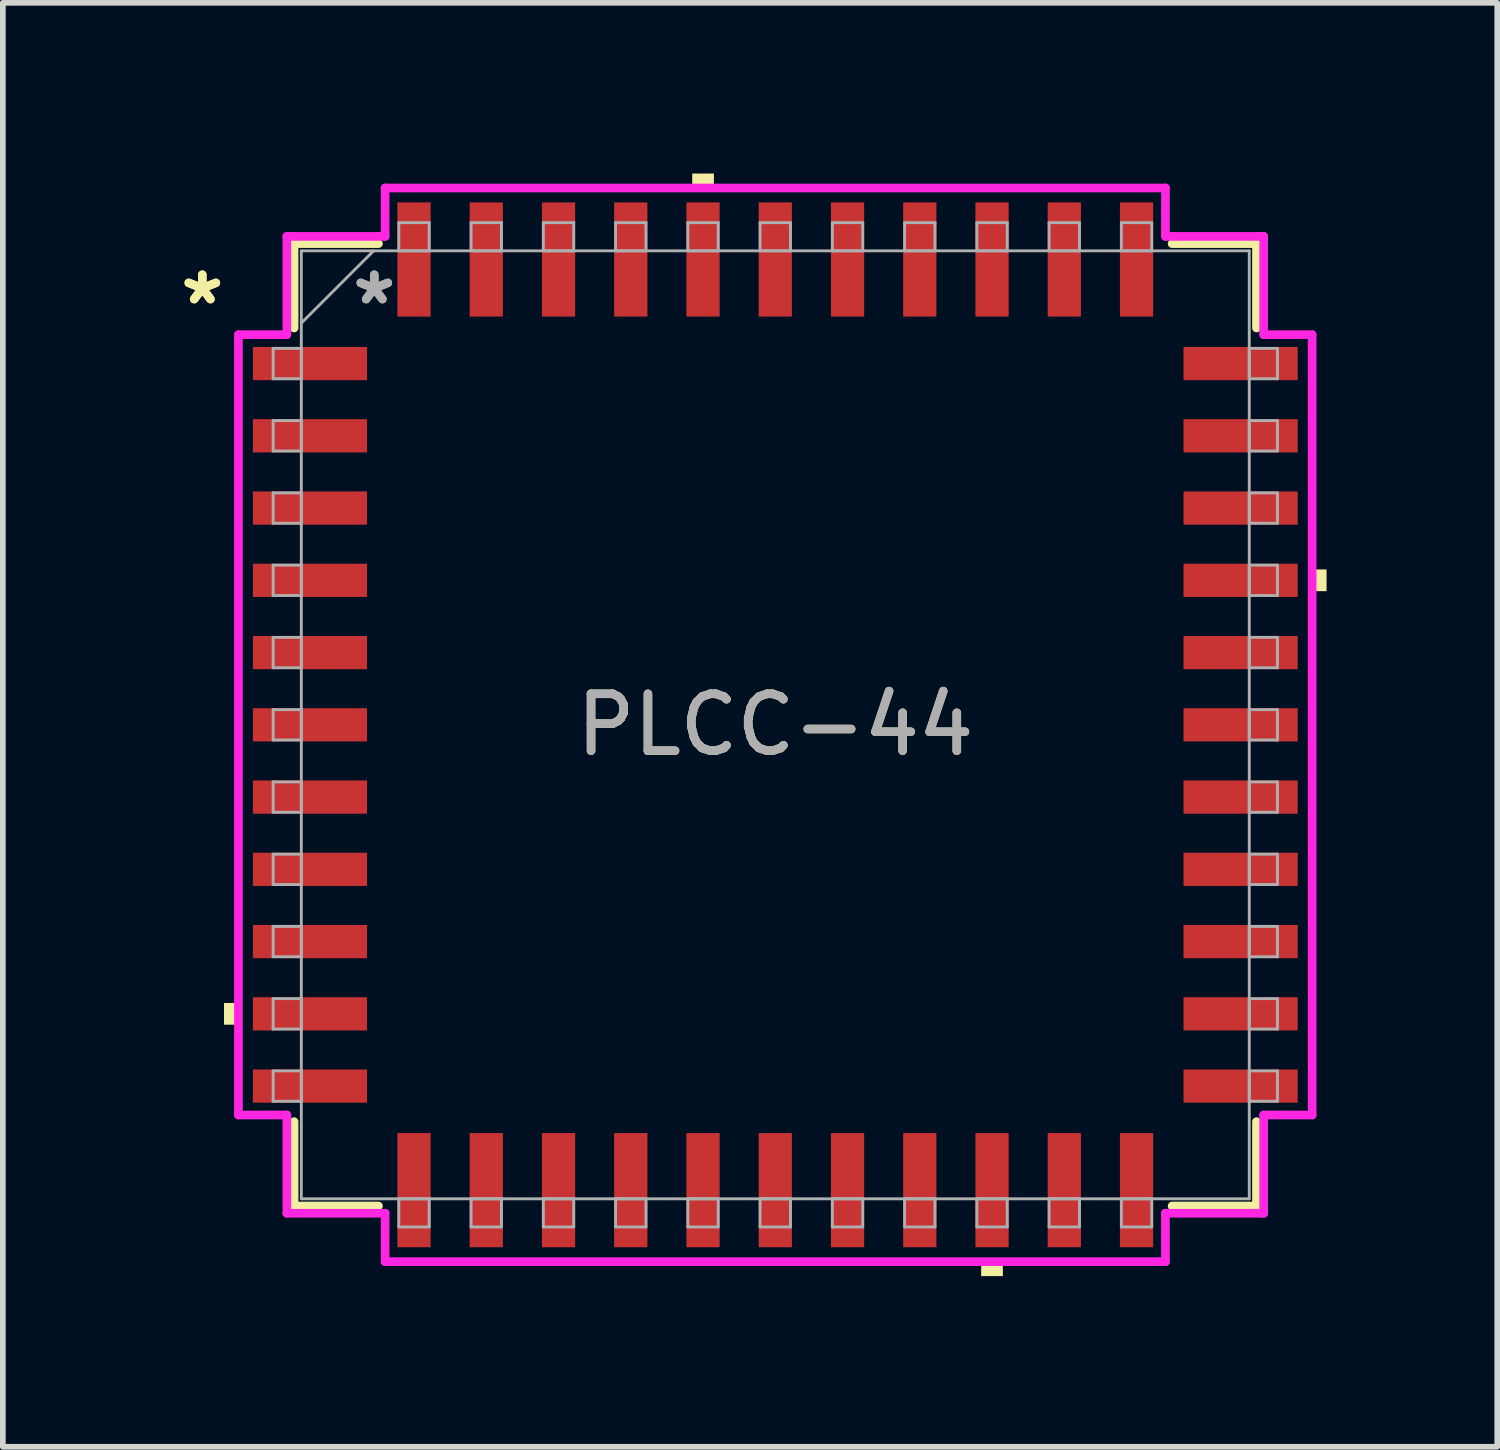
<source format=kicad_pcb>
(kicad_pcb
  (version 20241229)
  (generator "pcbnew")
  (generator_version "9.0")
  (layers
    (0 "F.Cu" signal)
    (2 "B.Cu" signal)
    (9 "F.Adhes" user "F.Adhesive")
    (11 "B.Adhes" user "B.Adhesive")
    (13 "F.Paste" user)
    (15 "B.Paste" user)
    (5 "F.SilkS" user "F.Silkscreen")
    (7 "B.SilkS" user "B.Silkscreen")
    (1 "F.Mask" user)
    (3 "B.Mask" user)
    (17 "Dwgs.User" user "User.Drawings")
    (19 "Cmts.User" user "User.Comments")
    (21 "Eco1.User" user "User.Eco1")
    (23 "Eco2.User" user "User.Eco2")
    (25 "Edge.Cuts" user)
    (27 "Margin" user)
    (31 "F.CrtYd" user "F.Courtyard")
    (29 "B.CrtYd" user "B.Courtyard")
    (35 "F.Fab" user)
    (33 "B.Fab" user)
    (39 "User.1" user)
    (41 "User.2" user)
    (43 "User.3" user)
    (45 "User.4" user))
  (footprint "PLCC-44"
    (layer "F.Cu")
    (at 10.577 9.69)
    (property "Reference" "PLCC-44" (at 0 0 0) (unlocked yes) (layer "F.SilkS") (effects (font (size 1 1) (thickness 0.15))))
    (attr smd)
    (fp_line (start -8.458 -8.458) (end -8.458 -6.975) (stroke (width 0.152) (type solid)) (layer "F.SilkS"))
    (fp_line (start -8.458 6.975) (end -8.458 8.458) (stroke (width 0.152) (type solid)) (layer "F.SilkS"))
    (fp_line (start -8.458 8.458) (end -6.975 8.458) (stroke (width 0.152) (type solid)) (layer "F.SilkS"))
    (fp_line (start -6.975 -8.458) (end -8.458 -8.458) (stroke (width 0.152) (type solid)) (layer "F.SilkS"))
    (fp_line (start 6.975 8.458) (end 8.458 8.458) (stroke (width 0.152) (type solid)) (layer "F.SilkS"))
    (fp_line (start 8.458 -8.458) (end 6.975 -8.458) (stroke (width 0.152) (type solid)) (layer "F.SilkS"))
    (fp_line (start 8.458 -6.975) (end 8.458 -8.458) (stroke (width 0.152) (type solid)) (layer "F.SilkS"))
    (fp_line (start 8.458 8.458) (end 8.458 6.975) (stroke (width 0.152) (type solid)) (layer "F.SilkS"))
    (fp_poly (pts (xy -9.69 4.889) (xy -9.69 5.271) (xy -9.436 5.271) (xy -9.436 4.889)) (stroke (width 0) (type solid)) (fill yes) (layer "F.SilkS"))
    (fp_poly (pts (xy -1.46 -9.436) (xy -1.46 -9.69) (xy -1.079 -9.69) (xy -1.079 -9.436)) (stroke (width 0) (type solid)) (fill yes) (layer "F.SilkS"))
    (fp_poly (pts (xy 3.619 9.436) (xy 3.619 9.69) (xy 4 9.69) (xy 4 9.436)) (stroke (width 0) (type solid)) (fill yes) (layer "F.SilkS"))
    (fp_poly (pts (xy 9.69 -2.731) (xy 9.69 -2.349) (xy 9.436 -2.349) (xy 9.436 -2.731)) (stroke (width 0) (type solid)) (fill yes) (layer "F.SilkS"))
    (fp_line (start -9.436 -6.858) (end -8.585 -6.858) (stroke (width 0.152) (type solid)) (layer "F.CrtYd"))
    (fp_line (start -9.436 6.858) (end -9.436 -6.858) (stroke (width 0.152) (type solid)) (layer "F.CrtYd"))
    (fp_line (start -9.436 6.858) (end -8.585 6.858) (stroke (width 0.152) (type solid)) (layer "F.CrtYd"))
    (fp_line (start -8.585 -8.585) (end -6.858 -8.585) (stroke (width 0.152) (type solid)) (layer "F.CrtYd"))
    (fp_line (start -8.585 -6.858) (end -8.585 -8.585) (stroke (width 0.152) (type solid)) (layer "F.CrtYd"))
    (fp_line (start -8.585 8.585) (end -8.585 6.858) (stroke (width 0.152) (type solid)) (layer "F.CrtYd"))
    (fp_line (start -6.858 -9.436) (end 6.858 -9.436) (stroke (width 0.152) (type solid)) (layer "F.CrtYd"))
    (fp_line (start -6.858 -8.585) (end -6.858 -9.436) (stroke (width 0.152) (type solid)) (layer "F.CrtYd"))
    (fp_line (start -6.858 8.585) (end -8.585 8.585) (stroke (width 0.152) (type solid)) (layer "F.CrtYd"))
    (fp_line (start -6.858 9.436) (end -6.858 8.585) (stroke (width 0.152) (type solid)) (layer "F.CrtYd"))
    (fp_line (start 6.858 -9.436) (end 6.858 -8.585) (stroke (width 0.152) (type solid)) (layer "F.CrtYd"))
    (fp_line (start 6.858 -8.585) (end 8.585 -8.585) (stroke (width 0.152) (type solid)) (layer "F.CrtYd"))
    (fp_line (start 6.858 8.585) (end 6.858 9.436) (stroke (width 0.152) (type solid)) (layer "F.CrtYd"))
    (fp_line (start 6.858 9.436) (end -6.858 9.436) (stroke (width 0.152) (type solid)) (layer "F.CrtYd"))
    (fp_line (start 8.585 -8.585) (end 8.585 -6.858) (stroke (width 0.152) (type solid)) (layer "F.CrtYd"))
    (fp_line (start 8.585 -6.858) (end 9.436 -6.858) (stroke (width 0.152) (type solid)) (layer "F.CrtYd"))
    (fp_line (start 8.585 6.858) (end 8.585 8.585) (stroke (width 0.152) (type solid)) (layer "F.CrtYd"))
    (fp_line (start 8.585 8.585) (end 6.858 8.585) (stroke (width 0.152) (type solid)) (layer "F.CrtYd"))
    (fp_line (start 9.436 -6.858) (end 9.436 6.858) (stroke (width 0.152) (type solid)) (layer "F.CrtYd"))
    (fp_line (start 9.436 6.858) (end 8.585 6.858) (stroke (width 0.152) (type solid)) (layer "F.CrtYd"))
    (fp_line (start -8.826 -6.617) (end -8.826 -6.083) (stroke (width 0.051) (type solid)) (layer "F.Fab"))
    (fp_line (start -8.826 -6.083) (end -8.331 -6.083) (stroke (width 0.051) (type solid)) (layer "F.Fab"))
    (fp_line (start -8.826 -5.347) (end -8.826 -4.813) (stroke (width 0.051) (type solid)) (layer "F.Fab"))
    (fp_line (start -8.826 -4.813) (end -8.331 -4.813) (stroke (width 0.051) (type solid)) (layer "F.Fab"))
    (fp_line (start -8.826 -4.077) (end -8.826 -3.543) (stroke (width 0.051) (type solid)) (layer "F.Fab"))
    (fp_line (start -8.826 -3.543) (end -8.331 -3.543) (stroke (width 0.051) (type solid)) (layer "F.Fab"))
    (fp_line (start -8.826 -2.807) (end -8.826 -2.273) (stroke (width 0.051) (type solid)) (layer "F.Fab"))
    (fp_line (start -8.826 -2.273) (end -8.331 -2.273) (stroke (width 0.051) (type solid)) (layer "F.Fab"))
    (fp_line (start -8.826 -1.537) (end -8.826 -1.003) (stroke (width 0.051) (type solid)) (layer "F.Fab"))
    (fp_line (start -8.826 -1.003) (end -8.331 -1.003) (stroke (width 0.051) (type solid)) (layer "F.Fab"))
    (fp_line (start -8.826 -0.267) (end -8.826 0.267) (stroke (width 0.051) (type solid)) (layer "F.Fab"))
    (fp_line (start -8.826 0.267) (end -8.331 0.267) (stroke (width 0.051) (type solid)) (layer "F.Fab"))
    (fp_line (start -8.826 1.003) (end -8.826 1.537) (stroke (width 0.051) (type solid)) (layer "F.Fab"))
    (fp_line (start -8.826 1.537) (end -8.331 1.537) (stroke (width 0.051) (type solid)) (layer "F.Fab"))
    (fp_line (start -8.826 2.273) (end -8.826 2.807) (stroke (width 0.051) (type solid)) (layer "F.Fab"))
    (fp_line (start -8.826 2.807) (end -8.331 2.807) (stroke (width 0.051) (type solid)) (layer "F.Fab"))
    (fp_line (start -8.826 3.543) (end -8.826 4.077) (stroke (width 0.051) (type solid)) (layer "F.Fab"))
    (fp_line (start -8.826 4.077) (end -8.331 4.077) (stroke (width 0.051) (type solid)) (layer "F.Fab"))
    (fp_line (start -8.826 4.813) (end -8.826 5.347) (stroke (width 0.051) (type solid)) (layer "F.Fab"))
    (fp_line (start -8.826 5.347) (end -8.331 5.347) (stroke (width 0.051) (type solid)) (layer "F.Fab"))
    (fp_line (start -8.826 6.083) (end -8.826 6.617) (stroke (width 0.051) (type solid)) (layer "F.Fab"))
    (fp_line (start -8.826 6.617) (end -8.331 6.617) (stroke (width 0.051) (type solid)) (layer "F.Fab"))
    (fp_line (start -8.331 -8.331) (end -8.331 8.331) (stroke (width 0.051) (type solid)) (layer "F.Fab"))
    (fp_line (start -8.331 -7.061) (end -7.061 -8.331) (stroke (width 0.051) (type solid)) (layer "F.Fab"))
    (fp_line (start -8.331 -6.617) (end -8.826 -6.617) (stroke (width 0.051) (type solid)) (layer "F.Fab"))
    (fp_line (start -8.331 -6.083) (end -8.331 -6.617) (stroke (width 0.051) (type solid)) (layer "F.Fab"))
    (fp_line (start -8.331 -5.347) (end -8.826 -5.347) (stroke (width 0.051) (type solid)) (layer "F.Fab"))
    (fp_line (start -8.331 -4.813) (end -8.331 -5.347) (stroke (width 0.051) (type solid)) (layer "F.Fab"))
    (fp_line (start -8.331 -4.077) (end -8.826 -4.077) (stroke (width 0.051) (type solid)) (layer "F.Fab"))
    (fp_line (start -8.331 -3.543) (end -8.331 -4.077) (stroke (width 0.051) (type solid)) (layer "F.Fab"))
    (fp_line (start -8.331 -2.807) (end -8.826 -2.807) (stroke (width 0.051) (type solid)) (layer "F.Fab"))
    (fp_line (start -8.331 -2.273) (end -8.331 -2.807) (stroke (width 0.051) (type solid)) (layer "F.Fab"))
    (fp_line (start -8.331 -1.537) (end -8.826 -1.537) (stroke (width 0.051) (type solid)) (layer "F.Fab"))
    (fp_line (start -8.331 -1.003) (end -8.331 -1.537) (stroke (width 0.051) (type solid)) (layer "F.Fab"))
    (fp_line (start -8.331 -0.267) (end -8.826 -0.267) (stroke (width 0.051) (type solid)) (layer "F.Fab"))
    (fp_line (start -8.331 0.267) (end -8.331 -0.267) (stroke (width 0.051) (type solid)) (layer "F.Fab"))
    (fp_line (start -8.331 1.003) (end -8.826 1.003) (stroke (width 0.051) (type solid)) (layer "F.Fab"))
    (fp_line (start -8.331 1.537) (end -8.331 1.003) (stroke (width 0.051) (type solid)) (layer "F.Fab"))
    (fp_line (start -8.331 2.273) (end -8.826 2.273) (stroke (width 0.051) (type solid)) (layer "F.Fab"))
    (fp_line (start -8.331 2.807) (end -8.331 2.273) (stroke (width 0.051) (type solid)) (layer "F.Fab"))
    (fp_line (start -8.331 3.543) (end -8.826 3.543) (stroke (width 0.051) (type solid)) (layer "F.Fab"))
    (fp_line (start -8.331 4.077) (end -8.331 3.543) (stroke (width 0.051) (type solid)) (layer "F.Fab"))
    (fp_line (start -8.331 4.813) (end -8.826 4.813) (stroke (width 0.051) (type solid)) (layer "F.Fab"))
    (fp_line (start -8.331 5.347) (end -8.331 4.813) (stroke (width 0.051) (type solid)) (layer "F.Fab"))
    (fp_line (start -8.331 6.083) (end -8.826 6.083) (stroke (width 0.051) (type solid)) (layer "F.Fab"))
    (fp_line (start -8.331 6.617) (end -8.331 6.083) (stroke (width 0.051) (type solid)) (layer "F.Fab"))
    (fp_line (start -8.331 8.331) (end 8.331 8.331) (stroke (width 0.051) (type solid)) (layer "F.Fab"))
    (fp_line (start -6.617 -8.826) (end -6.617 -8.331) (stroke (width 0.051) (type solid)) (layer "F.Fab"))
    (fp_line (start -6.617 -8.331) (end -6.083 -8.331) (stroke (width 0.051) (type solid)) (layer "F.Fab"))
    (fp_line (start -6.617 8.331) (end -6.617 8.826) (stroke (width 0.051) (type solid)) (layer "F.Fab"))
    (fp_line (start -6.617 8.826) (end -6.083 8.826) (stroke (width 0.051) (type solid)) (layer "F.Fab"))
    (fp_line (start -6.083 -8.826) (end -6.617 -8.826) (stroke (width 0.051) (type solid)) (layer "F.Fab"))
    (fp_line (start -6.083 -8.331) (end -6.083 -8.826) (stroke (width 0.051) (type solid)) (layer "F.Fab"))
    (fp_line (start -6.083 8.331) (end -6.617 8.331) (stroke (width 0.051) (type solid)) (layer "F.Fab"))
    (fp_line (start -6.083 8.826) (end -6.083 8.331) (stroke (width 0.051) (type solid)) (layer "F.Fab"))
    (fp_line (start -5.347 -8.826) (end -5.347 -8.331) (stroke (width 0.051) (type solid)) (layer "F.Fab"))
    (fp_line (start -5.347 -8.331) (end -4.813 -8.331) (stroke (width 0.051) (type solid)) (layer "F.Fab"))
    (fp_line (start -5.347 8.331) (end -5.347 8.826) (stroke (width 0.051) (type solid)) (layer "F.Fab"))
    (fp_line (start -5.347 8.826) (end -4.813 8.826) (stroke (width 0.051) (type solid)) (layer "F.Fab"))
    (fp_line (start -4.813 -8.826) (end -5.347 -8.826) (stroke (width 0.051) (type solid)) (layer "F.Fab"))
    (fp_line (start -4.813 -8.331) (end -4.813 -8.826) (stroke (width 0.051) (type solid)) (layer "F.Fab"))
    (fp_line (start -4.813 8.331) (end -5.347 8.331) (stroke (width 0.051) (type solid)) (layer "F.Fab"))
    (fp_line (start -4.813 8.826) (end -4.813 8.331) (stroke (width 0.051) (type solid)) (layer "F.Fab"))
    (fp_line (start -4.077 -8.826) (end -4.077 -8.331) (stroke (width 0.051) (type solid)) (layer "F.Fab"))
    (fp_line (start -4.077 -8.331) (end -3.543 -8.331) (stroke (width 0.051) (type solid)) (layer "F.Fab"))
    (fp_line (start -4.077 8.331) (end -4.077 8.826) (stroke (width 0.051) (type solid)) (layer "F.Fab"))
    (fp_line (start -4.077 8.826) (end -3.543 8.826) (stroke (width 0.051) (type solid)) (layer "F.Fab"))
    (fp_line (start -3.543 -8.826) (end -4.077 -8.826) (stroke (width 0.051) (type solid)) (layer "F.Fab"))
    (fp_line (start -3.543 -8.331) (end -3.543 -8.826) (stroke (width 0.051) (type solid)) (layer "F.Fab"))
    (fp_line (start -3.543 8.331) (end -4.077 8.331) (stroke (width 0.051) (type solid)) (layer "F.Fab"))
    (fp_line (start -3.543 8.826) (end -3.543 8.331) (stroke (width 0.051) (type solid)) (layer "F.Fab"))
    (fp_line (start -2.807 -8.826) (end -2.807 -8.331) (stroke (width 0.051) (type solid)) (layer "F.Fab"))
    (fp_line (start -2.807 -8.331) (end -2.273 -8.331) (stroke (width 0.051) (type solid)) (layer "F.Fab"))
    (fp_line (start -2.807 8.331) (end -2.807 8.826) (stroke (width 0.051) (type solid)) (layer "F.Fab"))
    (fp_line (start -2.807 8.826) (end -2.273 8.826) (stroke (width 0.051) (type solid)) (layer "F.Fab"))
    (fp_line (start -2.273 -8.826) (end -2.807 -8.826) (stroke (width 0.051) (type solid)) (layer "F.Fab"))
    (fp_line (start -2.273 -8.331) (end -2.273 -8.826) (stroke (width 0.051) (type solid)) (layer "F.Fab"))
    (fp_line (start -2.273 8.331) (end -2.807 8.331) (stroke (width 0.051) (type solid)) (layer "F.Fab"))
    (fp_line (start -2.273 8.826) (end -2.273 8.331) (stroke (width 0.051) (type solid)) (layer "F.Fab"))
    (fp_line (start -1.537 -8.826) (end -1.537 -8.331) (stroke (width 0.051) (type solid)) (layer "F.Fab"))
    (fp_line (start -1.537 -8.331) (end -1.003 -8.331) (stroke (width 0.051) (type solid)) (layer "F.Fab"))
    (fp_line (start -1.537 8.331) (end -1.537 8.826) (stroke (width 0.051) (type solid)) (layer "F.Fab"))
    (fp_line (start -1.537 8.826) (end -1.003 8.826) (stroke (width 0.051) (type solid)) (layer "F.Fab"))
    (fp_line (start -1.003 -8.826) (end -1.537 -8.826) (stroke (width 0.051) (type solid)) (layer "F.Fab"))
    (fp_line (start -1.003 -8.331) (end -1.003 -8.826) (stroke (width 0.051) (type solid)) (layer "F.Fab"))
    (fp_line (start -1.003 8.331) (end -1.537 8.331) (stroke (width 0.051) (type solid)) (layer "F.Fab"))
    (fp_line (start -1.003 8.826) (end -1.003 8.331) (stroke (width 0.051) (type solid)) (layer "F.Fab"))
    (fp_line (start -0.267 -8.826) (end -0.267 -8.331) (stroke (width 0.051) (type solid)) (layer "F.Fab"))
    (fp_line (start -0.267 -8.331) (end 0.267 -8.331) (stroke (width 0.051) (type solid)) (layer "F.Fab"))
    (fp_line (start -0.267 8.331) (end -0.267 8.826) (stroke (width 0.051) (type solid)) (layer "F.Fab"))
    (fp_line (start -0.267 8.826) (end 0.267 8.826) (stroke (width 0.051) (type solid)) (layer "F.Fab"))
    (fp_line (start 0.267 -8.826) (end -0.267 -8.826) (stroke (width 0.051) (type solid)) (layer "F.Fab"))
    (fp_line (start 0.267 -8.331) (end 0.267 -8.826) (stroke (width 0.051) (type solid)) (layer "F.Fab"))
    (fp_line (start 0.267 8.331) (end -0.267 8.331) (stroke (width 0.051) (type solid)) (layer "F.Fab"))
    (fp_line (start 0.267 8.826) (end 0.267 8.331) (stroke (width 0.051) (type solid)) (layer "F.Fab"))
    (fp_line (start 1.003 -8.826) (end 1.003 -8.331) (stroke (width 0.051) (type solid)) (layer "F.Fab"))
    (fp_line (start 1.003 -8.331) (end 1.537 -8.331) (stroke (width 0.051) (type solid)) (layer "F.Fab"))
    (fp_line (start 1.003 8.331) (end 1.003 8.826) (stroke (width 0.051) (type solid)) (layer "F.Fab"))
    (fp_line (start 1.003 8.826) (end 1.537 8.826) (stroke (width 0.051) (type solid)) (layer "F.Fab"))
    (fp_line (start 1.537 -8.826) (end 1.003 -8.826) (stroke (width 0.051) (type solid)) (layer "F.Fab"))
    (fp_line (start 1.537 -8.331) (end 1.537 -8.826) (stroke (width 0.051) (type solid)) (layer "F.Fab"))
    (fp_line (start 1.537 8.331) (end 1.003 8.331) (stroke (width 0.051) (type solid)) (layer "F.Fab"))
    (fp_line (start 1.537 8.826) (end 1.537 8.331) (stroke (width 0.051) (type solid)) (layer "F.Fab"))
    (fp_line (start 2.273 -8.826) (end 2.273 -8.331) (stroke (width 0.051) (type solid)) (layer "F.Fab"))
    (fp_line (start 2.273 -8.331) (end 2.807 -8.331) (stroke (width 0.051) (type solid)) (layer "F.Fab"))
    (fp_line (start 2.273 8.331) (end 2.273 8.826) (stroke (width 0.051) (type solid)) (layer "F.Fab"))
    (fp_line (start 2.273 8.826) (end 2.807 8.826) (stroke (width 0.051) (type solid)) (layer "F.Fab"))
    (fp_line (start 2.807 -8.826) (end 2.273 -8.826) (stroke (width 0.051) (type solid)) (layer "F.Fab"))
    (fp_line (start 2.807 -8.331) (end 2.807 -8.826) (stroke (width 0.051) (type solid)) (layer "F.Fab"))
    (fp_line (start 2.807 8.331) (end 2.273 8.331) (stroke (width 0.051) (type solid)) (layer "F.Fab"))
    (fp_line (start 2.807 8.826) (end 2.807 8.331) (stroke (width 0.051) (type solid)) (layer "F.Fab"))
    (fp_line (start 3.543 -8.826) (end 3.543 -8.331) (stroke (width 0.051) (type solid)) (layer "F.Fab"))
    (fp_line (start 3.543 -8.331) (end 4.077 -8.331) (stroke (width 0.051) (type solid)) (layer "F.Fab"))
    (fp_line (start 3.543 8.331) (end 3.543 8.826) (stroke (width 0.051) (type solid)) (layer "F.Fab"))
    (fp_line (start 3.543 8.826) (end 4.077 8.826) (stroke (width 0.051) (type solid)) (layer "F.Fab"))
    (fp_line (start 4.077 -8.826) (end 3.543 -8.826) (stroke (width 0.051) (type solid)) (layer "F.Fab"))
    (fp_line (start 4.077 -8.331) (end 4.077 -8.826) (stroke (width 0.051) (type solid)) (layer "F.Fab"))
    (fp_line (start 4.077 8.331) (end 3.543 8.331) (stroke (width 0.051) (type solid)) (layer "F.Fab"))
    (fp_line (start 4.077 8.826) (end 4.077 8.331) (stroke (width 0.051) (type solid)) (layer "F.Fab"))
    (fp_line (start 4.813 -8.826) (end 4.813 -8.331) (stroke (width 0.051) (type solid)) (layer "F.Fab"))
    (fp_line (start 4.813 -8.331) (end 5.347 -8.331) (stroke (width 0.051) (type solid)) (layer "F.Fab"))
    (fp_line (start 4.813 8.331) (end 4.813 8.826) (stroke (width 0.051) (type solid)) (layer "F.Fab"))
    (fp_line (start 4.813 8.826) (end 5.347 8.826) (stroke (width 0.051) (type solid)) (layer "F.Fab"))
    (fp_line (start 5.347 -8.826) (end 4.813 -8.826) (stroke (width 0.051) (type solid)) (layer "F.Fab"))
    (fp_line (start 5.347 -8.331) (end 5.347 -8.826) (stroke (width 0.051) (type solid)) (layer "F.Fab"))
    (fp_line (start 5.347 8.331) (end 4.813 8.331) (stroke (width 0.051) (type solid)) (layer "F.Fab"))
    (fp_line (start 5.347 8.826) (end 5.347 8.331) (stroke (width 0.051) (type solid)) (layer "F.Fab"))
    (fp_line (start 6.083 -8.826) (end 6.083 -8.331) (stroke (width 0.051) (type solid)) (layer "F.Fab"))
    (fp_line (start 6.083 -8.331) (end 6.617 -8.331) (stroke (width 0.051) (type solid)) (layer "F.Fab"))
    (fp_line (start 6.083 8.331) (end 6.083 8.826) (stroke (width 0.051) (type solid)) (layer "F.Fab"))
    (fp_line (start 6.083 8.826) (end 6.617 8.826) (stroke (width 0.051) (type solid)) (layer "F.Fab"))
    (fp_line (start 6.617 -8.826) (end 6.083 -8.826) (stroke (width 0.051) (type solid)) (layer "F.Fab"))
    (fp_line (start 6.617 -8.331) (end 6.617 -8.826) (stroke (width 0.051) (type solid)) (layer "F.Fab"))
    (fp_line (start 6.617 8.331) (end 6.083 8.331) (stroke (width 0.051) (type solid)) (layer "F.Fab"))
    (fp_line (start 6.617 8.826) (end 6.617 8.331) (stroke (width 0.051) (type solid)) (layer "F.Fab"))
    (fp_line (start 8.331 -8.331) (end -8.331 -8.331) (stroke (width 0.051) (type solid)) (layer "F.Fab"))
    (fp_line (start 8.331 -6.617) (end 8.331 -6.083) (stroke (width 0.051) (type solid)) (layer "F.Fab"))
    (fp_line (start 8.331 -6.083) (end 8.826 -6.083) (stroke (width 0.051) (type solid)) (layer "F.Fab"))
    (fp_line (start 8.331 -5.347) (end 8.331 -4.813) (stroke (width 0.051) (type solid)) (layer "F.Fab"))
    (fp_line (start 8.331 -4.813) (end 8.826 -4.813) (stroke (width 0.051) (type solid)) (layer "F.Fab"))
    (fp_line (start 8.331 -4.077) (end 8.331 -3.543) (stroke (width 0.051) (type solid)) (layer "F.Fab"))
    (fp_line (start 8.331 -3.543) (end 8.826 -3.543) (stroke (width 0.051) (type solid)) (layer "F.Fab"))
    (fp_line (start 8.331 -2.807) (end 8.331 -2.273) (stroke (width 0.051) (type solid)) (layer "F.Fab"))
    (fp_line (start 8.331 -2.273) (end 8.826 -2.273) (stroke (width 0.051) (type solid)) (layer "F.Fab"))
    (fp_line (start 8.331 -1.537) (end 8.331 -1.003) (stroke (width 0.051) (type solid)) (layer "F.Fab"))
    (fp_line (start 8.331 -1.003) (end 8.826 -1.003) (stroke (width 0.051) (type solid)) (layer "F.Fab"))
    (fp_line (start 8.331 -0.267) (end 8.331 0.267) (stroke (width 0.051) (type solid)) (layer "F.Fab"))
    (fp_line (start 8.331 0.267) (end 8.826 0.267) (stroke (width 0.051) (type solid)) (layer "F.Fab"))
    (fp_line (start 8.331 1.003) (end 8.331 1.537) (stroke (width 0.051) (type solid)) (layer "F.Fab"))
    (fp_line (start 8.331 1.537) (end 8.826 1.537) (stroke (width 0.051) (type solid)) (layer "F.Fab"))
    (fp_line (start 8.331 2.273) (end 8.331 2.807) (stroke (width 0.051) (type solid)) (layer "F.Fab"))
    (fp_line (start 8.331 2.807) (end 8.826 2.807) (stroke (width 0.051) (type solid)) (layer "F.Fab"))
    (fp_line (start 8.331 3.543) (end 8.331 4.077) (stroke (width 0.051) (type solid)) (layer "F.Fab"))
    (fp_line (start 8.331 4.077) (end 8.826 4.077) (stroke (width 0.051) (type solid)) (layer "F.Fab"))
    (fp_line (start 8.331 4.813) (end 8.331 5.347) (stroke (width 0.051) (type solid)) (layer "F.Fab"))
    (fp_line (start 8.331 5.347) (end 8.826 5.347) (stroke (width 0.051) (type solid)) (layer "F.Fab"))
    (fp_line (start 8.331 6.083) (end 8.331 6.617) (stroke (width 0.051) (type solid)) (layer "F.Fab"))
    (fp_line (start 8.331 6.617) (end 8.826 6.617) (stroke (width 0.051) (type solid)) (layer "F.Fab"))
    (fp_line (start 8.331 8.331) (end 8.331 -8.331) (stroke (width 0.051) (type solid)) (layer "F.Fab"))
    (fp_line (start 8.826 -6.617) (end 8.331 -6.617) (stroke (width 0.051) (type solid)) (layer "F.Fab"))
    (fp_line (start 8.826 -6.083) (end 8.826 -6.617) (stroke (width 0.051) (type solid)) (layer "F.Fab"))
    (fp_line (start 8.826 -5.347) (end 8.331 -5.347) (stroke (width 0.051) (type solid)) (layer "F.Fab"))
    (fp_line (start 8.826 -4.813) (end 8.826 -5.347) (stroke (width 0.051) (type solid)) (layer "F.Fab"))
    (fp_line (start 8.826 -4.077) (end 8.331 -4.077) (stroke (width 0.051) (type solid)) (layer "F.Fab"))
    (fp_line (start 8.826 -3.543) (end 8.826 -4.077) (stroke (width 0.051) (type solid)) (layer "F.Fab"))
    (fp_line (start 8.826 -2.807) (end 8.331 -2.807) (stroke (width 0.051) (type solid)) (layer "F.Fab"))
    (fp_line (start 8.826 -2.273) (end 8.826 -2.807) (stroke (width 0.051) (type solid)) (layer "F.Fab"))
    (fp_line (start 8.826 -1.537) (end 8.331 -1.537) (stroke (width 0.051) (type solid)) (layer "F.Fab"))
    (fp_line (start 8.826 -1.003) (end 8.826 -1.537) (stroke (width 0.051) (type solid)) (layer "F.Fab"))
    (fp_line (start 8.826 -0.267) (end 8.331 -0.267) (stroke (width 0.051) (type solid)) (layer "F.Fab"))
    (fp_line (start 8.826 0.267) (end 8.826 -0.267) (stroke (width 0.051) (type solid)) (layer "F.Fab"))
    (fp_line (start 8.826 1.003) (end 8.331 1.003) (stroke (width 0.051) (type solid)) (layer "F.Fab"))
    (fp_line (start 8.826 1.537) (end 8.826 1.003) (stroke (width 0.051) (type solid)) (layer "F.Fab"))
    (fp_line (start 8.826 2.273) (end 8.331 2.273) (stroke (width 0.051) (type solid)) (layer "F.Fab"))
    (fp_line (start 8.826 2.807) (end 8.826 2.273) (stroke (width 0.051) (type solid)) (layer "F.Fab"))
    (fp_line (start 8.826 3.543) (end 8.331 3.543) (stroke (width 0.051) (type solid)) (layer "F.Fab"))
    (fp_line (start 8.826 4.077) (end 8.826 3.543) (stroke (width 0.051) (type solid)) (layer "F.Fab"))
    (fp_line (start 8.826 4.813) (end 8.331 4.813) (stroke (width 0.051) (type solid)) (layer "F.Fab"))
    (fp_line (start 8.826 5.347) (end 8.826 4.813) (stroke (width 0.051) (type solid)) (layer "F.Fab"))
    (fp_line (start 8.826 6.083) (end 8.331 6.083) (stroke (width 0.051) (type solid)) (layer "F.Fab"))
    (fp_line (start 8.826 6.617) (end 8.826 6.083) (stroke (width 0.051) (type solid)) (layer "F.Fab"))
    (fp_text user "*" (at -10.071 -7.366 0) (unlocked yes) (layer "F.SilkS") (effects (font (size 1 1) (thickness 0.15))))
    (fp_text user "*" (at -10.071 -7.366 0) (layer "F.SilkS") (effects (font (size 1 1) (thickness 0.15))))
    (fp_text user "*" (at -7.048 -7.366 0) (layer "F.Fab") (effects (font (size 1 1) (thickness 0.15))))
    (fp_text user "${REFERENCE}" (at 0 0 0) (unlocked yes) (layer "F.Fab") (effects (font (size 1 1) (thickness 0.15))))
    (fp_text user "*" (at -7.048 -7.366 0) (unlocked yes) (layer "F.Fab") (effects (font (size 1 1) (thickness 0.15))))
    (pad "1" smd rect (at -8.179 -6.35 90) (size 0.584 2.007) (layers "F.Cu" "F.Mask" "F.Paste"))
    (pad "2" smd rect (at -8.179 -5.08 90) (size 0.584 2.007) (layers "F.Cu" "F.Mask" "F.Paste"))
    (pad "3" smd rect (at -8.179 -3.81 90) (size 0.584 2.007) (layers "F.Cu" "F.Mask" "F.Paste"))
    (pad "4" smd rect (at -8.179 -2.54 90) (size 0.584 2.007) (layers "F.Cu" "F.Mask" "F.Paste"))
    (pad "5" smd rect (at -8.179 -1.27 90) (size 0.584 2.007) (layers "F.Cu" "F.Mask" "F.Paste"))
    (pad "6" smd rect (at -8.179 0 90) (size 0.584 2.007) (layers "F.Cu" "F.Mask" "F.Paste"))
    (pad "7" smd rect (at -8.179 1.27 90) (size 0.584 2.007) (layers "F.Cu" "F.Mask" "F.Paste"))
    (pad "8" smd rect (at -8.179 2.54 90) (size 0.584 2.007) (layers "F.Cu" "F.Mask" "F.Paste"))
    (pad "9" smd rect (at -8.179 3.81 90) (size 0.584 2.007) (layers "F.Cu" "F.Mask" "F.Paste"))
    (pad "10" smd rect (at -8.179 5.08 90) (size 0.584 2.007) (layers "F.Cu" "F.Mask" "F.Paste"))
    (pad "11" smd rect (at -8.179 6.35 90) (size 0.584 2.007) (layers "F.Cu" "F.Mask" "F.Paste"))
    (pad "12" smd rect (at -6.35 8.179) (size 0.584 2.007) (layers "F.Cu" "F.Mask" "F.Paste"))
    (pad "13" smd rect (at -5.08 8.179) (size 0.584 2.007) (layers "F.Cu" "F.Mask" "F.Paste"))
    (pad "14" smd rect (at -3.81 8.179) (size 0.584 2.007) (layers "F.Cu" "F.Mask" "F.Paste"))
    (pad "15" smd rect (at -2.54 8.179) (size 0.584 2.007) (layers "F.Cu" "F.Mask" "F.Paste"))
    (pad "16" smd rect (at -1.27 8.179) (size 0.584 2.007) (layers "F.Cu" "F.Mask" "F.Paste"))
    (pad "17" smd rect (at 0 8.179) (size 0.584 2.007) (layers "F.Cu" "F.Mask" "F.Paste"))
    (pad "18" smd rect (at 1.27 8.179) (size 0.584 2.007) (layers "F.Cu" "F.Mask" "F.Paste"))
    (pad "19" smd rect (at 2.54 8.179) (size 0.584 2.007) (layers "F.Cu" "F.Mask" "F.Paste"))
    (pad "20" smd rect (at 3.81 8.179) (size 0.584 2.007) (layers "F.Cu" "F.Mask" "F.Paste"))
    (pad "21" smd rect (at 5.08 8.179) (size 0.584 2.007) (layers "F.Cu" "F.Mask" "F.Paste"))
    (pad "22" smd rect (at 6.35 8.179) (size 0.584 2.007) (layers "F.Cu" "F.Mask" "F.Paste"))
    (pad "23" smd rect (at 8.179 6.35 90) (size 0.584 2.007) (layers "F.Cu" "F.Mask" "F.Paste"))
    (pad "24" smd rect (at 8.179 5.08 90) (size 0.584 2.007) (layers "F.Cu" "F.Mask" "F.Paste"))
    (pad "25" smd rect (at 8.179 3.81 90) (size 0.584 2.007) (layers "F.Cu" "F.Mask" "F.Paste"))
    (pad "26" smd rect (at 8.179 2.54 90) (size 0.584 2.007) (layers "F.Cu" "F.Mask" "F.Paste"))
    (pad "27" smd rect (at 8.179 1.27 90) (size 0.584 2.007) (layers "F.Cu" "F.Mask" "F.Paste"))
    (pad "28" smd rect (at 8.179 0 90) (size 0.584 2.007) (layers "F.Cu" "F.Mask" "F.Paste"))
    (pad "29" smd rect (at 8.179 -1.27 90) (size 0.584 2.007) (layers "F.Cu" "F.Mask" "F.Paste"))
    (pad "30" smd rect (at 8.179 -2.54 90) (size 0.584 2.007) (layers "F.Cu" "F.Mask" "F.Paste"))
    (pad "31" smd rect (at 8.179 -3.81 90) (size 0.584 2.007) (layers "F.Cu" "F.Mask" "F.Paste"))
    (pad "32" smd rect (at 8.179 -5.08 90) (size 0.584 2.007) (layers "F.Cu" "F.Mask" "F.Paste"))
    (pad "33" smd rect (at 8.179 -6.35 90) (size 0.584 2.007) (layers "F.Cu" "F.Mask" "F.Paste"))
    (pad "34" smd rect (at 6.35 -8.179) (size 0.584 2.007) (layers "F.Cu" "F.Mask" "F.Paste"))
    (pad "35" smd rect (at 5.08 -8.179) (size 0.584 2.007) (layers "F.Cu" "F.Mask" "F.Paste"))
    (pad "36" smd rect (at 3.81 -8.179) (size 0.584 2.007) (layers "F.Cu" "F.Mask" "F.Paste"))
    (pad "37" smd rect (at 2.54 -8.179) (size 0.584 2.007) (layers "F.Cu" "F.Mask" "F.Paste"))
    (pad "38" smd rect (at 1.27 -8.179) (size 0.584 2.007) (layers "F.Cu" "F.Mask" "F.Paste"))
    (pad "39" smd rect (at 0 -8.179) (size 0.584 2.007) (layers "F.Cu" "F.Mask" "F.Paste"))
    (pad "40" smd rect (at -1.27 -8.179) (size 0.584 2.007) (layers "F.Cu" "F.Mask" "F.Paste"))
    (pad "41" smd rect (at -2.54 -8.179) (size 0.584 2.007) (layers "F.Cu" "F.Mask" "F.Paste"))
    (pad "42" smd rect (at -3.81 -8.179) (size 0.584 2.007) (layers "F.Cu" "F.Mask" "F.Paste"))
    (pad "43" smd rect (at -5.08 -8.179) (size 0.584 2.007) (layers "F.Cu" "F.Mask" "F.Paste"))
    (pad "44" smd rect (at -6.35 -8.179) (size 0.584 2.007) (layers "F.Cu" "F.Mask" "F.Paste")))
  (gr_rect
    (start -3 -3)
    (end 23.267 22.38)
    (stroke (width 0.1) (type default))
    (fill no)
    (layer "Edge.Cuts")))
</source>
